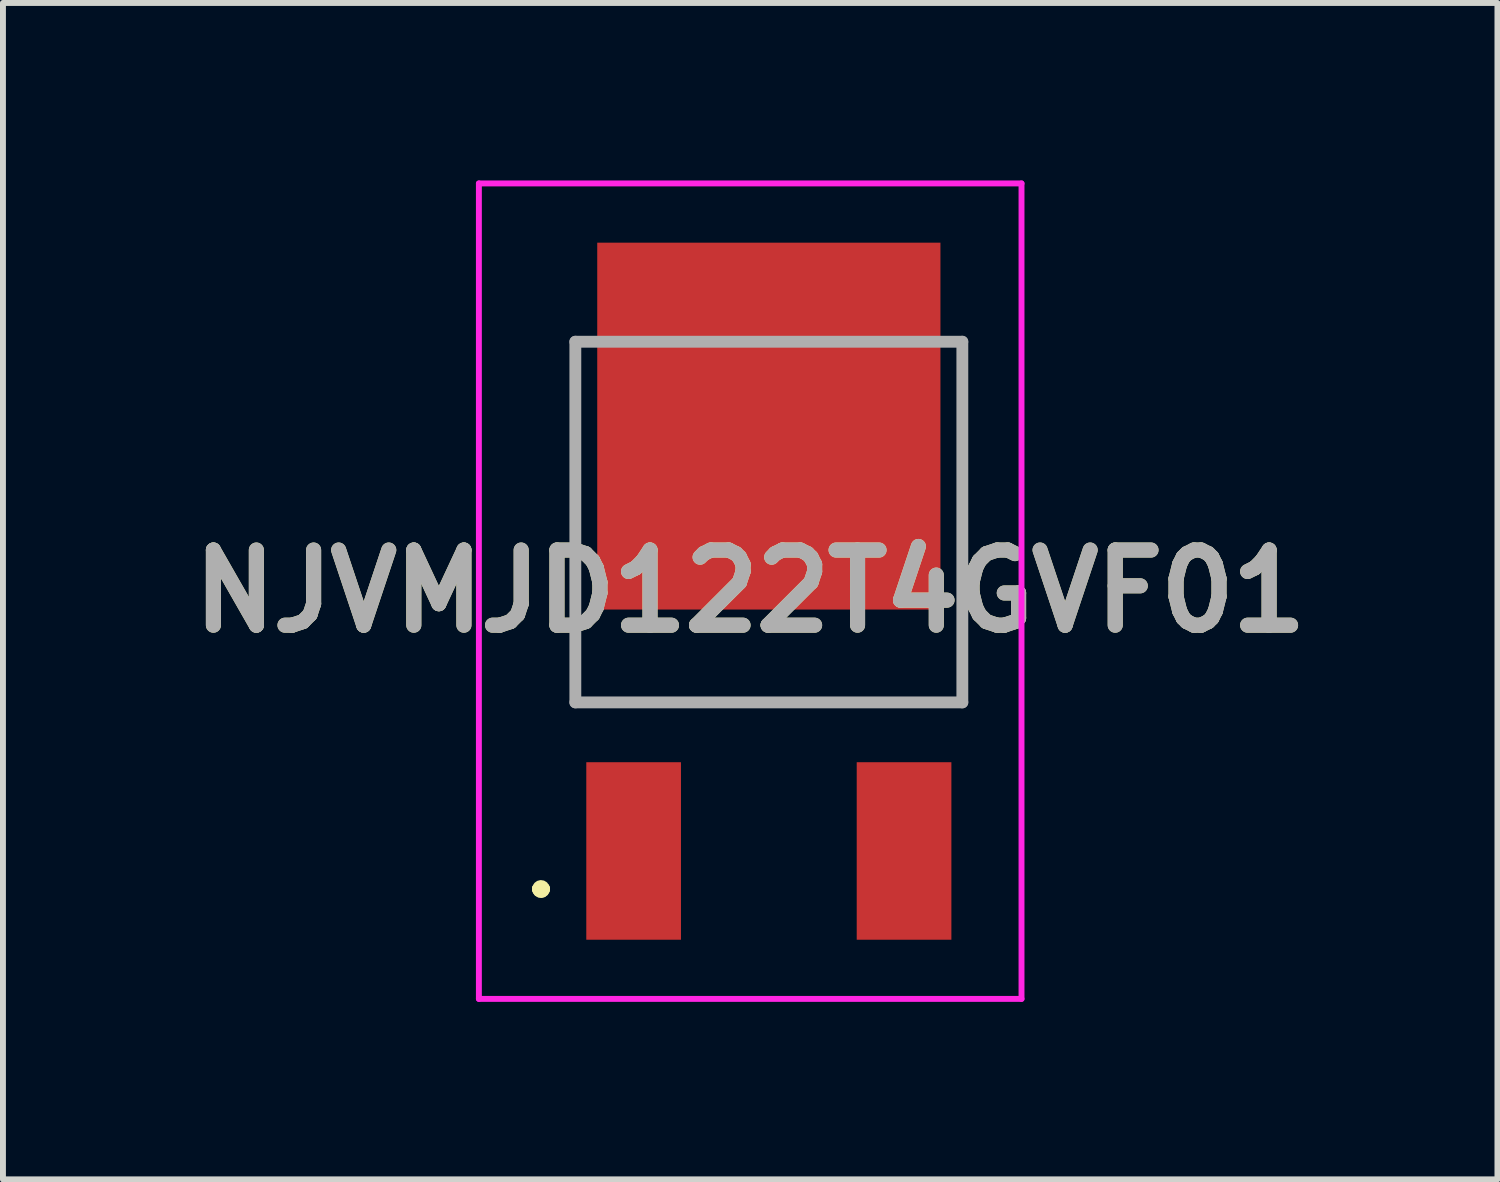
<source format=kicad_pcb>
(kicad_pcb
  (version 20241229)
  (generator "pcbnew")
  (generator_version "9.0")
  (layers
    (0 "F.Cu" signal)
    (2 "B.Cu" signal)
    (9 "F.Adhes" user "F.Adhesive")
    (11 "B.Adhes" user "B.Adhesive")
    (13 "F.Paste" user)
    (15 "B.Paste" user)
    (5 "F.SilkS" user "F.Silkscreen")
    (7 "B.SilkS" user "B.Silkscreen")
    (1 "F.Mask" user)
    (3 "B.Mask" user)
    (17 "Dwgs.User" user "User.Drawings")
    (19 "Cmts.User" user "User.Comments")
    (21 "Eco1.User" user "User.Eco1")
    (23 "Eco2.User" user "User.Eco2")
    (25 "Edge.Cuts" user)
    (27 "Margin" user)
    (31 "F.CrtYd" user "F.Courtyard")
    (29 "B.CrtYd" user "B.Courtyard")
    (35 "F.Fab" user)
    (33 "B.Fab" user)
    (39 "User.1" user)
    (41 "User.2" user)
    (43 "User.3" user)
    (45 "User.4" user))
  (footprint "NJVMJD122T4GVF01"
    (layer "F.Cu")
    (at 9.943 5.773)
    (property "Reference" "NJVMJD122T4GVF01" (at -0.315 1.168 0) (layer "F.SilkS") (effects (font (size 1.27 1.27) (thickness 0.254))))
    (attr smd)
    (fp_line (start -3.9 6.2) (end -3.9 6.2) (stroke (width 0.2) (type solid)) (layer "F.SilkS"))
    (fp_line (start -3.9 6.2) (end -3.9 6.2) (stroke (width 0.2) (type solid)) (layer "F.SilkS"))
    (fp_line (start -3.8 6.2) (end -3.8 6.2) (stroke (width 0.2) (type solid)) (layer "F.SilkS"))
    (fp_line (start -3.27 2.308) (end -3.27 2.308) (stroke (width 0.1) (type solid)) (layer "F.SilkS"))
    (fp_line (start -3.27 2.308) (end -3.27 3.058) (stroke (width 0.1) (type solid)) (layer "F.SilkS"))
    (fp_line (start -3.27 3.047) (end -3.27 3.047) (stroke (width 0.1) (type solid)) (layer "F.SilkS"))
    (fp_line (start -3.27 3.047) (end 3.27 3.047) (stroke (width 0.1) (type solid)) (layer "F.SilkS"))
    (fp_line (start -3.27 3.058) (end -3.27 2.308) (stroke (width 0.1) (type solid)) (layer "F.SilkS"))
    (fp_line (start -3.27 3.058) (end -3.27 3.058) (stroke (width 0.1) (type solid)) (layer "F.SilkS"))
    (fp_line (start 3.27 2.308) (end 3.27 2.308) (stroke (width 0.1) (type solid)) (layer "F.SilkS"))
    (fp_line (start 3.27 2.308) (end 3.27 3.058) (stroke (width 0.1) (type solid)) (layer "F.SilkS"))
    (fp_line (start 3.27 3.047) (end -3.27 3.047) (stroke (width 0.1) (type solid)) (layer "F.SilkS"))
    (fp_line (start 3.27 3.047) (end 3.27 3.047) (stroke (width 0.1) (type solid)) (layer "F.SilkS"))
    (fp_line (start 3.27 3.058) (end 3.27 2.308) (stroke (width 0.1) (type solid)) (layer "F.SilkS"))
    (fp_line (start 3.27 3.058) (end 3.27 3.058) (stroke (width 0.1) (type solid)) (layer "F.SilkS"))
    (fp_arc (start -3.9 6.2) (mid -3.85 6.15) (end -3.8 6.2) (stroke (width 0.2) (type solid)) (layer "F.SilkS"))
    (fp_arc (start -3.8 6.2) (mid -3.85 6.25) (end -3.9 6.2) (stroke (width 0.2) (type solid)) (layer "F.SilkS"))
    (fp_arc (start -3.8 6.2) (mid -3.85 6.25) (end -3.9 6.2) (stroke (width 0.2) (type solid)) (layer "F.SilkS"))
    (fp_line (start -4.9 -5.723) (end 4.27 -5.723) (stroke (width 0.1) (type solid)) (layer "F.CrtYd"))
    (fp_line (start -4.9 8.058) (end -4.9 -5.723) (stroke (width 0.1) (type solid)) (layer "F.CrtYd"))
    (fp_line (start 4.27 -5.723) (end 4.27 8.058) (stroke (width 0.1) (type solid)) (layer "F.CrtYd"))
    (fp_line (start 4.27 8.058) (end -4.9 8.058) (stroke (width 0.1) (type solid)) (layer "F.CrtYd"))
    (fp_line (start -3.27 -3.048) (end -3.27 3.047) (stroke (width 0.2) (type solid)) (layer "F.Fab"))
    (fp_line (start -3.27 3.047) (end 3.27 3.047) (stroke (width 0.2) (type solid)) (layer "F.Fab"))
    (fp_line (start 3.27 -3.048) (end -3.27 -3.048) (stroke (width 0.2) (type solid)) (layer "F.Fab"))
    (fp_line (start 3.27 3.047) (end 3.27 -3.048) (stroke (width 0.2) (type solid)) (layer "F.Fab"))
    (fp_text user "${REFERENCE}" (at -0.315 1.168 0) (layer "F.Fab") (effects (font (size 1.27 1.27) (thickness 0.254))))
    (pad "1" smd rect (at -2.285 5.558) (size 1.6 3) (layers "F.Cu" "F.Mask" "F.Paste"))
    (pad "3" smd rect (at 2.285 5.558) (size 1.6 3) (layers "F.Cu" "F.Mask" "F.Paste"))
    (pad "4" smd rect (at 0 -1.622) (size 5.8 6.2) (layers "F.Cu" "F.Mask" "F.Paste")))
  (gr_rect
    (start -3 -3)
    (end 22.256 16.881)
    (stroke (width 0.1) (type default))
    (fill no)
    (layer "Edge.Cuts")))
</source>
